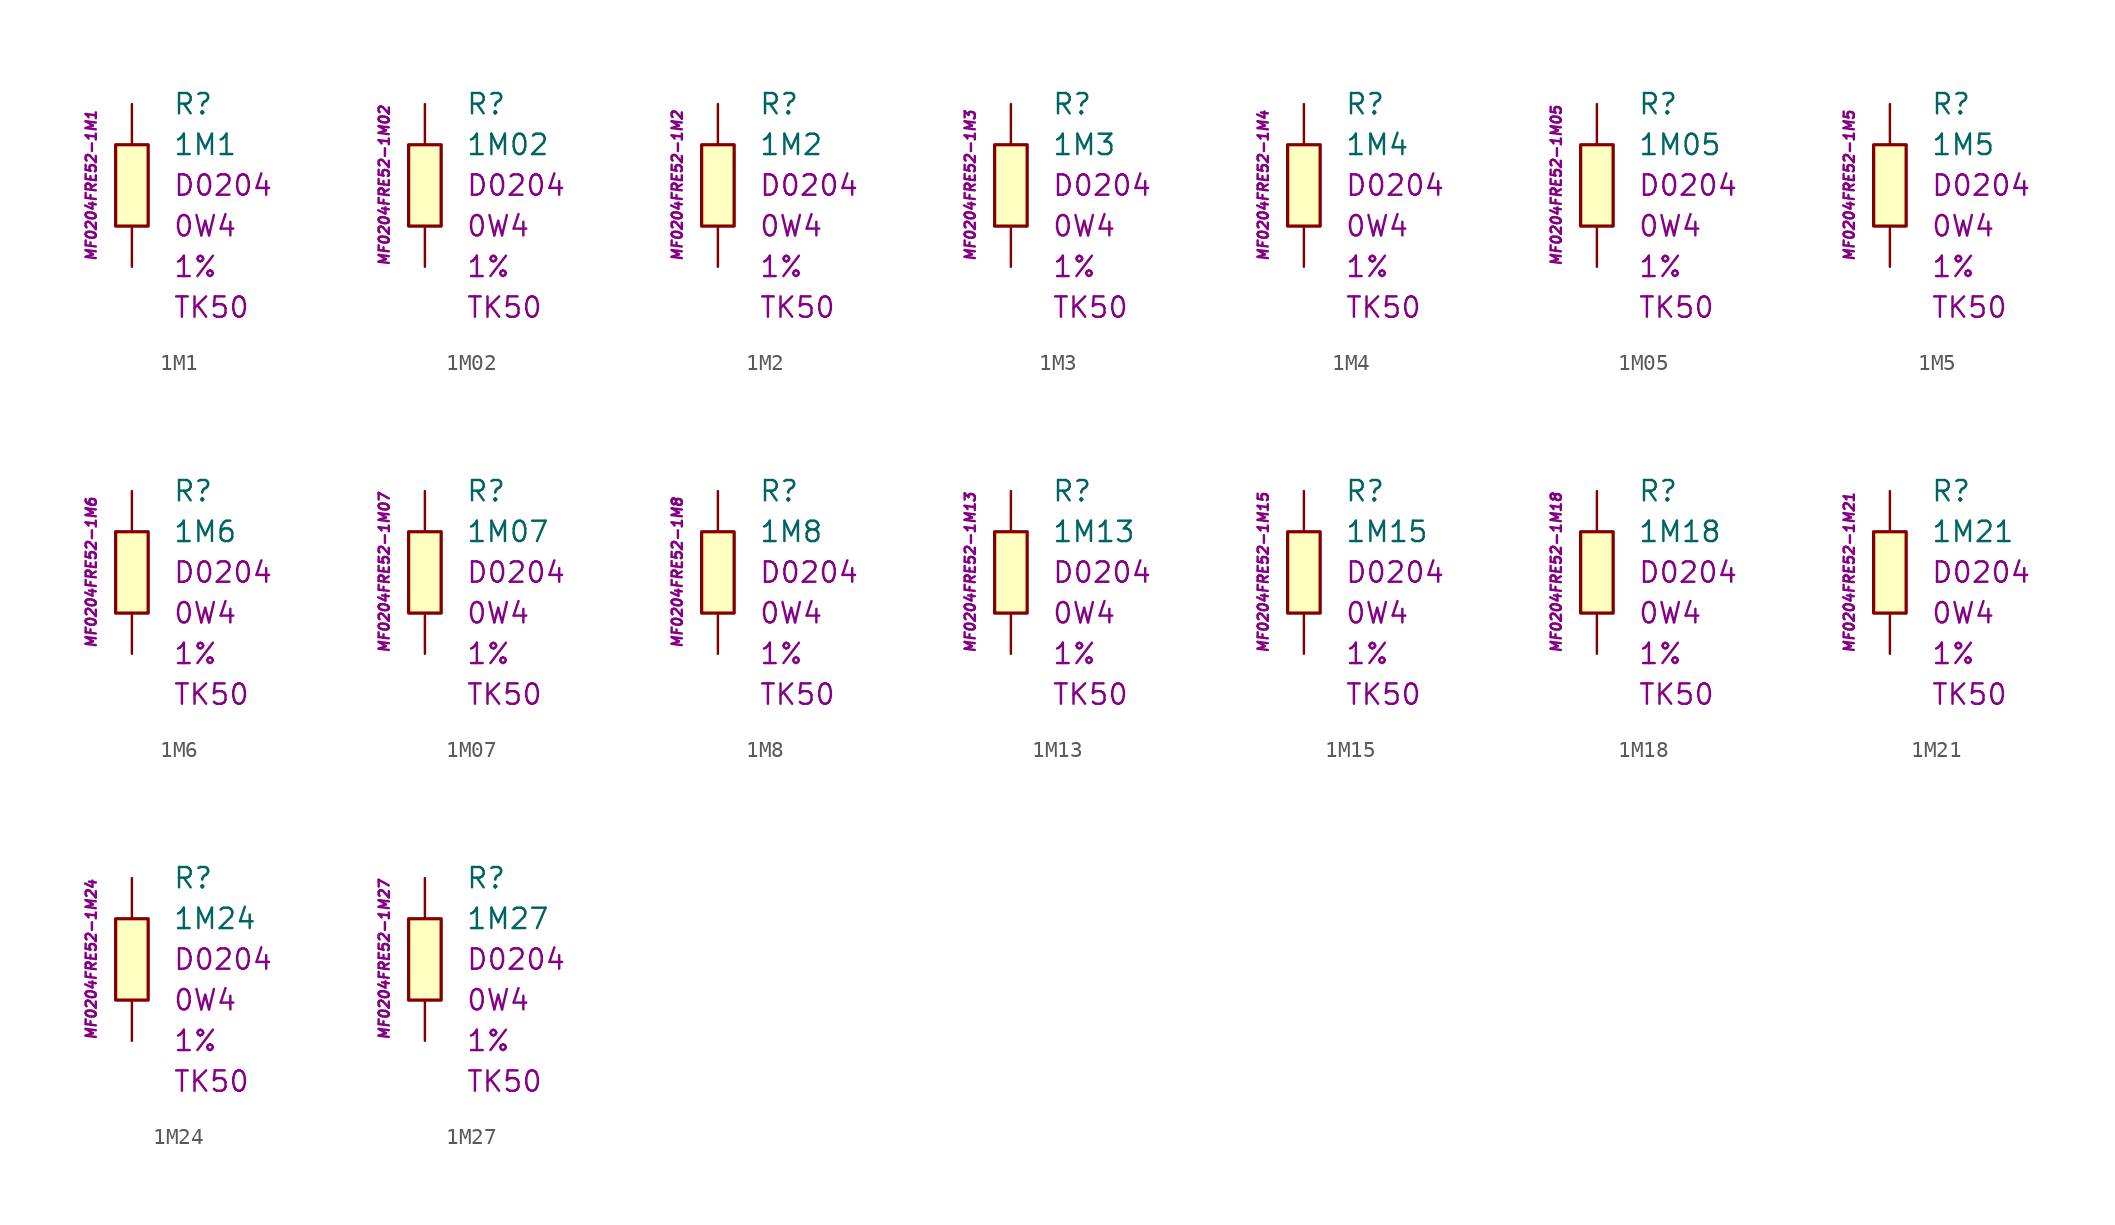
<source format=kicad_sym>
(kicad_symbol_lib
  (version 20201005)
  (generator kicad_symbol_editor)
  (symbol "1M1"
    (pin_numbers hide)
    (pin_names
      (offset 1.016) hide)
    (property "Reference" "R"
      (at 2.54 5.08 0)
      (effects (font (size 1.27 1.27)) (justify left)))
    (property "Value" "1M1"
      (at 2.54 2.54 0)
      (effects (font (size 1.27 1.27)) (justify left)))
    (property "Package" "D0204"
      (at 2.54 0 0)
      (effects (font (size 1.27 1.27)) (justify left)))
    (property "Power" "0W4"
      (at 2.54 -2.54 0)
      (effects (font (size 1.27 1.27)) (justify left)))
    (property "Tolerance" "1%"
      (at 2.54 -5.08 0)
      (effects (font (size 1.27 1.27)) (justify left)))
    (property "TK" "TK50"
      (at 2.54 -7.62 0)
      (effects (font (size 1.27 1.27)) (justify left)))
    (property "ID" "MF0204FRE52-1M1"
      (at -2.54 0 90)
      (effects (font (size 0.635 0.635) italic)))
    (symbol "1M1_0_1"
      (rectangle (start -1.016 2.54) (end 1.016 -2.54) (stroke (width 0.203)) (fill (type background))))
    (symbol "1M1_1_1"
      (pin passive line (at 0 5.08 270) (length 2.54) (name "~" (effects (font (size 1.778 1.778)))) (number "1" (effects (font (size 1.778 1.778)))))
      (pin passive line (at 0 -5.08 90) (length 2.54) (name "~" (effects (font (size 1.778 1.778)))) (number "2" (effects (font (size 1.778 1.778)))))))
  (symbol "1M02"
    (pin_numbers hide)
    (pin_names
      (offset 1.016) hide)
    (property "Reference" "R"
      (at 2.54 5.08 0)
      (effects (font (size 1.27 1.27)) (justify left)))
    (property "Value" "1M02"
      (at 2.54 2.54 0)
      (effects (font (size 1.27 1.27)) (justify left)))
    (property "Package" "D0204"
      (at 2.54 0 0)
      (effects (font (size 1.27 1.27)) (justify left)))
    (property "Power" "0W4"
      (at 2.54 -2.54 0)
      (effects (font (size 1.27 1.27)) (justify left)))
    (property "Tolerance" "1%"
      (at 2.54 -5.08 0)
      (effects (font (size 1.27 1.27)) (justify left)))
    (property "TK" "TK50"
      (at 2.54 -7.62 0)
      (effects (font (size 1.27 1.27)) (justify left)))
    (property "ID" "MF0204FRE52-1M02"
      (at -2.54 0 90)
      (effects (font (size 0.635 0.635) italic)))
    (symbol "1M02_0_1"
      (rectangle (start -1.016 2.54) (end 1.016 -2.54) (stroke (width 0.203)) (fill (type background))))
    (symbol "1M02_1_1"
      (pin passive line (at 0 5.08 270) (length 2.54) (name "~" (effects (font (size 1.778 1.778)))) (number "1" (effects (font (size 1.778 1.778)))))
      (pin passive line (at 0 -5.08 90) (length 2.54) (name "~" (effects (font (size 1.778 1.778)))) (number "2" (effects (font (size 1.778 1.778)))))))
  (symbol "1M2"
    (pin_numbers hide)
    (pin_names
      (offset 1.016) hide)
    (property "Reference" "R"
      (at 2.54 5.08 0)
      (effects (font (size 1.27 1.27)) (justify left)))
    (property "Value" "1M2"
      (at 2.54 2.54 0)
      (effects (font (size 1.27 1.27)) (justify left)))
    (property "Package" "D0204"
      (at 2.54 0 0)
      (effects (font (size 1.27 1.27)) (justify left)))
    (property "Power" "0W4"
      (at 2.54 -2.54 0)
      (effects (font (size 1.27 1.27)) (justify left)))
    (property "Tolerance" "1%"
      (at 2.54 -5.08 0)
      (effects (font (size 1.27 1.27)) (justify left)))
    (property "TK" "TK50"
      (at 2.54 -7.62 0)
      (effects (font (size 1.27 1.27)) (justify left)))
    (property "ID" "MF0204FRE52-1M2"
      (at -2.54 0 90)
      (effects (font (size 0.635 0.635) italic)))
    (symbol "1M2_0_1"
      (rectangle (start -1.016 2.54) (end 1.016 -2.54) (stroke (width 0.203)) (fill (type background))))
    (symbol "1M2_1_1"
      (pin passive line (at 0 5.08 270) (length 2.54) (name "~" (effects (font (size 1.778 1.778)))) (number "1" (effects (font (size 1.778 1.778)))))
      (pin passive line (at 0 -5.08 90) (length 2.54) (name "~" (effects (font (size 1.778 1.778)))) (number "2" (effects (font (size 1.778 1.778)))))))
  (symbol "1M3"
    (pin_numbers hide)
    (pin_names
      (offset 1.016) hide)
    (property "Reference" "R"
      (at 2.54 5.08 0)
      (effects (font (size 1.27 1.27)) (justify left)))
    (property "Value" "1M3"
      (at 2.54 2.54 0)
      (effects (font (size 1.27 1.27)) (justify left)))
    (property "Package" "D0204"
      (at 2.54 0 0)
      (effects (font (size 1.27 1.27)) (justify left)))
    (property "Power" "0W4"
      (at 2.54 -2.54 0)
      (effects (font (size 1.27 1.27)) (justify left)))
    (property "Tolerance" "1%"
      (at 2.54 -5.08 0)
      (effects (font (size 1.27 1.27)) (justify left)))
    (property "TK" "TK50"
      (at 2.54 -7.62 0)
      (effects (font (size 1.27 1.27)) (justify left)))
    (property "ID" "MF0204FRE52-1M3"
      (at -2.54 0 90)
      (effects (font (size 0.635 0.635) italic)))
    (symbol "1M3_0_1"
      (rectangle (start -1.016 2.54) (end 1.016 -2.54) (stroke (width 0.203)) (fill (type background))))
    (symbol "1M3_1_1"
      (pin passive line (at 0 5.08 270) (length 2.54) (name "~" (effects (font (size 1.778 1.778)))) (number "1" (effects (font (size 1.778 1.778)))))
      (pin passive line (at 0 -5.08 90) (length 2.54) (name "~" (effects (font (size 1.778 1.778)))) (number "2" (effects (font (size 1.778 1.778)))))))
  (symbol "1M4"
    (pin_numbers hide)
    (pin_names
      (offset 1.016) hide)
    (property "Reference" "R"
      (at 2.54 5.08 0)
      (effects (font (size 1.27 1.27)) (justify left)))
    (property "Value" "1M4"
      (at 2.54 2.54 0)
      (effects (font (size 1.27 1.27)) (justify left)))
    (property "Package" "D0204"
      (at 2.54 0 0)
      (effects (font (size 1.27 1.27)) (justify left)))
    (property "Power" "0W4"
      (at 2.54 -2.54 0)
      (effects (font (size 1.27 1.27)) (justify left)))
    (property "Tolerance" "1%"
      (at 2.54 -5.08 0)
      (effects (font (size 1.27 1.27)) (justify left)))
    (property "TK" "TK50"
      (at 2.54 -7.62 0)
      (effects (font (size 1.27 1.27)) (justify left)))
    (property "ID" "MF0204FRE52-1M4"
      (at -2.54 0 90)
      (effects (font (size 0.635 0.635) italic)))
    (symbol "1M4_0_1"
      (rectangle (start -1.016 2.54) (end 1.016 -2.54) (stroke (width 0.203)) (fill (type background))))
    (symbol "1M4_1_1"
      (pin passive line (at 0 5.08 270) (length 2.54) (name "~" (effects (font (size 1.778 1.778)))) (number "1" (effects (font (size 1.778 1.778)))))
      (pin passive line (at 0 -5.08 90) (length 2.54) (name "~" (effects (font (size 1.778 1.778)))) (number "2" (effects (font (size 1.778 1.778)))))))
  (symbol "1M05"
    (pin_numbers hide)
    (pin_names
      (offset 1.016) hide)
    (property "Reference" "R"
      (at 2.54 5.08 0)
      (effects (font (size 1.27 1.27)) (justify left)))
    (property "Value" "1M05"
      (at 2.54 2.54 0)
      (effects (font (size 1.27 1.27)) (justify left)))
    (property "Package" "D0204"
      (at 2.54 0 0)
      (effects (font (size 1.27 1.27)) (justify left)))
    (property "Power" "0W4"
      (at 2.54 -2.54 0)
      (effects (font (size 1.27 1.27)) (justify left)))
    (property "Tolerance" "1%"
      (at 2.54 -5.08 0)
      (effects (font (size 1.27 1.27)) (justify left)))
    (property "TK" "TK50"
      (at 2.54 -7.62 0)
      (effects (font (size 1.27 1.27)) (justify left)))
    (property "ID" "MF0204FRE52-1M05"
      (at -2.54 0 90)
      (effects (font (size 0.635 0.635) italic)))
    (symbol "1M05_0_1"
      (rectangle (start -1.016 2.54) (end 1.016 -2.54) (stroke (width 0.203)) (fill (type background))))
    (symbol "1M05_1_1"
      (pin passive line (at 0 5.08 270) (length 2.54) (name "~" (effects (font (size 1.778 1.778)))) (number "1" (effects (font (size 1.778 1.778)))))
      (pin passive line (at 0 -5.08 90) (length 2.54) (name "~" (effects (font (size 1.778 1.778)))) (number "2" (effects (font (size 1.778 1.778)))))))
  (symbol "1M5"
    (pin_numbers hide)
    (pin_names
      (offset 1.016) hide)
    (property "Reference" "R"
      (at 2.54 5.08 0)
      (effects (font (size 1.27 1.27)) (justify left)))
    (property "Value" "1M5"
      (at 2.54 2.54 0)
      (effects (font (size 1.27 1.27)) (justify left)))
    (property "Package" "D0204"
      (at 2.54 0 0)
      (effects (font (size 1.27 1.27)) (justify left)))
    (property "Power" "0W4"
      (at 2.54 -2.54 0)
      (effects (font (size 1.27 1.27)) (justify left)))
    (property "Tolerance" "1%"
      (at 2.54 -5.08 0)
      (effects (font (size 1.27 1.27)) (justify left)))
    (property "TK" "TK50"
      (at 2.54 -7.62 0)
      (effects (font (size 1.27 1.27)) (justify left)))
    (property "ID" "MF0204FRE52-1M5"
      (at -2.54 0 90)
      (effects (font (size 0.635 0.635) italic)))
    (symbol "1M5_0_1"
      (rectangle (start -1.016 2.54) (end 1.016 -2.54) (stroke (width 0.203)) (fill (type background))))
    (symbol "1M5_1_1"
      (pin passive line (at 0 5.08 270) (length 2.54) (name "~" (effects (font (size 1.778 1.778)))) (number "1" (effects (font (size 1.778 1.778)))))
      (pin passive line (at 0 -5.08 90) (length 2.54) (name "~" (effects (font (size 1.778 1.778)))) (number "2" (effects (font (size 1.778 1.778)))))))
  (symbol "1M6"
    (pin_numbers hide)
    (pin_names
      (offset 1.016) hide)
    (property "Reference" "R"
      (at 2.54 5.08 0)
      (effects (font (size 1.27 1.27)) (justify left)))
    (property "Value" "1M6"
      (at 2.54 2.54 0)
      (effects (font (size 1.27 1.27)) (justify left)))
    (property "Package" "D0204"
      (at 2.54 0 0)
      (effects (font (size 1.27 1.27)) (justify left)))
    (property "Power" "0W4"
      (at 2.54 -2.54 0)
      (effects (font (size 1.27 1.27)) (justify left)))
    (property "Tolerance" "1%"
      (at 2.54 -5.08 0)
      (effects (font (size 1.27 1.27)) (justify left)))
    (property "TK" "TK50"
      (at 2.54 -7.62 0)
      (effects (font (size 1.27 1.27)) (justify left)))
    (property "ID" "MF0204FRE52-1M6"
      (at -2.54 0 90)
      (effects (font (size 0.635 0.635) italic)))
    (symbol "1M6_0_1"
      (rectangle (start -1.016 2.54) (end 1.016 -2.54) (stroke (width 0.203)) (fill (type background))))
    (symbol "1M6_1_1"
      (pin passive line (at 0 5.08 270) (length 2.54) (name "~" (effects (font (size 1.778 1.778)))) (number "1" (effects (font (size 1.778 1.778)))))
      (pin passive line (at 0 -5.08 90) (length 2.54) (name "~" (effects (font (size 1.778 1.778)))) (number "2" (effects (font (size 1.778 1.778)))))))
  (symbol "1M07"
    (pin_numbers hide)
    (pin_names
      (offset 1.016) hide)
    (property "Reference" "R"
      (at 2.54 5.08 0)
      (effects (font (size 1.27 1.27)) (justify left)))
    (property "Value" "1M07"
      (at 2.54 2.54 0)
      (effects (font (size 1.27 1.27)) (justify left)))
    (property "Package" "D0204"
      (at 2.54 0 0)
      (effects (font (size 1.27 1.27)) (justify left)))
    (property "Power" "0W4"
      (at 2.54 -2.54 0)
      (effects (font (size 1.27 1.27)) (justify left)))
    (property "Tolerance" "1%"
      (at 2.54 -5.08 0)
      (effects (font (size 1.27 1.27)) (justify left)))
    (property "TK" "TK50"
      (at 2.54 -7.62 0)
      (effects (font (size 1.27 1.27)) (justify left)))
    (property "ID" "MF0204FRE52-1M07"
      (at -2.54 0 90)
      (effects (font (size 0.635 0.635) italic)))
    (symbol "1M07_0_1"
      (rectangle (start -1.016 2.54) (end 1.016 -2.54) (stroke (width 0.203)) (fill (type background))))
    (symbol "1M07_1_1"
      (pin passive line (at 0 5.08 270) (length 2.54) (name "~" (effects (font (size 1.778 1.778)))) (number "1" (effects (font (size 1.778 1.778)))))
      (pin passive line (at 0 -5.08 90) (length 2.54) (name "~" (effects (font (size 1.778 1.778)))) (number "2" (effects (font (size 1.778 1.778)))))))
  (symbol "1M8"
    (pin_numbers hide)
    (pin_names
      (offset 1.016) hide)
    (property "Reference" "R"
      (at 2.54 5.08 0)
      (effects (font (size 1.27 1.27)) (justify left)))
    (property "Value" "1M8"
      (at 2.54 2.54 0)
      (effects (font (size 1.27 1.27)) (justify left)))
    (property "Package" "D0204"
      (at 2.54 0 0)
      (effects (font (size 1.27 1.27)) (justify left)))
    (property "Power" "0W4"
      (at 2.54 -2.54 0)
      (effects (font (size 1.27 1.27)) (justify left)))
    (property "Tolerance" "1%"
      (at 2.54 -5.08 0)
      (effects (font (size 1.27 1.27)) (justify left)))
    (property "TK" "TK50"
      (at 2.54 -7.62 0)
      (effects (font (size 1.27 1.27)) (justify left)))
    (property "ID" "MF0204FRE52-1M8"
      (at -2.54 0 90)
      (effects (font (size 0.635 0.635) italic)))
    (symbol "1M8_0_1"
      (rectangle (start -1.016 2.54) (end 1.016 -2.54) (stroke (width 0.203)) (fill (type background))))
    (symbol "1M8_1_1"
      (pin passive line (at 0 5.08 270) (length 2.54) (name "~" (effects (font (size 1.778 1.778)))) (number "1" (effects (font (size 1.778 1.778)))))
      (pin passive line (at 0 -5.08 90) (length 2.54) (name "~" (effects (font (size 1.778 1.778)))) (number "2" (effects (font (size 1.778 1.778)))))))
  (symbol "1M13"
    (pin_numbers hide)
    (pin_names
      (offset 1.016) hide)
    (property "Reference" "R"
      (at 2.54 5.08 0)
      (effects (font (size 1.27 1.27)) (justify left)))
    (property "Value" "1M13"
      (at 2.54 2.54 0)
      (effects (font (size 1.27 1.27)) (justify left)))
    (property "Package" "D0204"
      (at 2.54 0 0)
      (effects (font (size 1.27 1.27)) (justify left)))
    (property "Power" "0W4"
      (at 2.54 -2.54 0)
      (effects (font (size 1.27 1.27)) (justify left)))
    (property "Tolerance" "1%"
      (at 2.54 -5.08 0)
      (effects (font (size 1.27 1.27)) (justify left)))
    (property "TK" "TK50"
      (at 2.54 -7.62 0)
      (effects (font (size 1.27 1.27)) (justify left)))
    (property "ID" "MF0204FRE52-1M13"
      (at -2.54 0 90)
      (effects (font (size 0.635 0.635) italic)))
    (symbol "1M13_0_1"
      (rectangle (start -1.016 2.54) (end 1.016 -2.54) (stroke (width 0.203)) (fill (type background))))
    (symbol "1M13_1_1"
      (pin passive line (at 0 5.08 270) (length 2.54) (name "~" (effects (font (size 1.778 1.778)))) (number "1" (effects (font (size 1.778 1.778)))))
      (pin passive line (at 0 -5.08 90) (length 2.54) (name "~" (effects (font (size 1.778 1.778)))) (number "2" (effects (font (size 1.778 1.778)))))))
  (symbol "1M15"
    (pin_numbers hide)
    (pin_names
      (offset 1.016) hide)
    (property "Reference" "R"
      (at 2.54 5.08 0)
      (effects (font (size 1.27 1.27)) (justify left)))
    (property "Value" "1M15"
      (at 2.54 2.54 0)
      (effects (font (size 1.27 1.27)) (justify left)))
    (property "Package" "D0204"
      (at 2.54 0 0)
      (effects (font (size 1.27 1.27)) (justify left)))
    (property "Power" "0W4"
      (at 2.54 -2.54 0)
      (effects (font (size 1.27 1.27)) (justify left)))
    (property "Tolerance" "1%"
      (at 2.54 -5.08 0)
      (effects (font (size 1.27 1.27)) (justify left)))
    (property "TK" "TK50"
      (at 2.54 -7.62 0)
      (effects (font (size 1.27 1.27)) (justify left)))
    (property "ID" "MF0204FRE52-1M15"
      (at -2.54 0 90)
      (effects (font (size 0.635 0.635) italic)))
    (symbol "1M15_0_1"
      (rectangle (start -1.016 2.54) (end 1.016 -2.54) (stroke (width 0.203)) (fill (type background))))
    (symbol "1M15_1_1"
      (pin passive line (at 0 5.08 270) (length 2.54) (name "~" (effects (font (size 1.778 1.778)))) (number "1" (effects (font (size 1.778 1.778)))))
      (pin passive line (at 0 -5.08 90) (length 2.54) (name "~" (effects (font (size 1.778 1.778)))) (number "2" (effects (font (size 1.778 1.778)))))))
  (symbol "1M18"
    (pin_numbers hide)
    (pin_names
      (offset 1.016) hide)
    (property "Reference" "R"
      (at 2.54 5.08 0)
      (effects (font (size 1.27 1.27)) (justify left)))
    (property "Value" "1M18"
      (at 2.54 2.54 0)
      (effects (font (size 1.27 1.27)) (justify left)))
    (property "Package" "D0204"
      (at 2.54 0 0)
      (effects (font (size 1.27 1.27)) (justify left)))
    (property "Power" "0W4"
      (at 2.54 -2.54 0)
      (effects (font (size 1.27 1.27)) (justify left)))
    (property "Tolerance" "1%"
      (at 2.54 -5.08 0)
      (effects (font (size 1.27 1.27)) (justify left)))
    (property "TK" "TK50"
      (at 2.54 -7.62 0)
      (effects (font (size 1.27 1.27)) (justify left)))
    (property "ID" "MF0204FRE52-1M18"
      (at -2.54 0 90)
      (effects (font (size 0.635 0.635) italic)))
    (symbol "1M18_0_1"
      (rectangle (start -1.016 2.54) (end 1.016 -2.54) (stroke (width 0.203)) (fill (type background))))
    (symbol "1M18_1_1"
      (pin passive line (at 0 5.08 270) (length 2.54) (name "~" (effects (font (size 1.778 1.778)))) (number "1" (effects (font (size 1.778 1.778)))))
      (pin passive line (at 0 -5.08 90) (length 2.54) (name "~" (effects (font (size 1.778 1.778)))) (number "2" (effects (font (size 1.778 1.778)))))))
  (symbol "1M21"
    (pin_numbers hide)
    (pin_names
      (offset 1.016) hide)
    (property "Reference" "R"
      (at 2.54 5.08 0)
      (effects (font (size 1.27 1.27)) (justify left)))
    (property "Value" "1M21"
      (at 2.54 2.54 0)
      (effects (font (size 1.27 1.27)) (justify left)))
    (property "Package" "D0204"
      (at 2.54 0 0)
      (effects (font (size 1.27 1.27)) (justify left)))
    (property "Power" "0W4"
      (at 2.54 -2.54 0)
      (effects (font (size 1.27 1.27)) (justify left)))
    (property "Tolerance" "1%"
      (at 2.54 -5.08 0)
      (effects (font (size 1.27 1.27)) (justify left)))
    (property "TK" "TK50"
      (at 2.54 -7.62 0)
      (effects (font (size 1.27 1.27)) (justify left)))
    (property "ID" "MF0204FRE52-1M21"
      (at -2.54 0 90)
      (effects (font (size 0.635 0.635) italic)))
    (symbol "1M21_0_1"
      (rectangle (start -1.016 2.54) (end 1.016 -2.54) (stroke (width 0.203)) (fill (type background))))
    (symbol "1M21_1_1"
      (pin passive line (at 0 5.08 270) (length 2.54) (name "~" (effects (font (size 1.778 1.778)))) (number "1" (effects (font (size 1.778 1.778)))))
      (pin passive line (at 0 -5.08 90) (length 2.54) (name "~" (effects (font (size 1.778 1.778)))) (number "2" (effects (font (size 1.778 1.778)))))))
  (symbol "1M24"
    (pin_numbers hide)
    (pin_names
      (offset 1.016) hide)
    (property "Reference" "R"
      (at 2.54 5.08 0)
      (effects (font (size 1.27 1.27)) (justify left)))
    (property "Value" "1M24"
      (at 2.54 2.54 0)
      (effects (font (size 1.27 1.27)) (justify left)))
    (property "Package" "D0204"
      (at 2.54 0 0)
      (effects (font (size 1.27 1.27)) (justify left)))
    (property "Power" "0W4"
      (at 2.54 -2.54 0)
      (effects (font (size 1.27 1.27)) (justify left)))
    (property "Tolerance" "1%"
      (at 2.54 -5.08 0)
      (effects (font (size 1.27 1.27)) (justify left)))
    (property "TK" "TK50"
      (at 2.54 -7.62 0)
      (effects (font (size 1.27 1.27)) (justify left)))
    (property "ID" "MF0204FRE52-1M24"
      (at -2.54 0 90)
      (effects (font (size 0.635 0.635) italic)))
    (symbol "1M24_0_1"
      (rectangle (start -1.016 2.54) (end 1.016 -2.54) (stroke (width 0.203)) (fill (type background))))
    (symbol "1M24_1_1"
      (pin passive line (at 0 5.08 270) (length 2.54) (name "~" (effects (font (size 1.778 1.778)))) (number "1" (effects (font (size 1.778 1.778)))))
      (pin passive line (at 0 -5.08 90) (length 2.54) (name "~" (effects (font (size 1.778 1.778)))) (number "2" (effects (font (size 1.778 1.778)))))))
  (symbol "1M27"
    (pin_numbers hide)
    (pin_names
      (offset 1.016) hide)
    (property "Reference" "R"
      (at 2.54 5.08 0)
      (effects (font (size 1.27 1.27)) (justify left)))
    (property "Value" "1M27"
      (at 2.54 2.54 0)
      (effects (font (size 1.27 1.27)) (justify left)))
    (property "Package" "D0204"
      (at 2.54 0 0)
      (effects (font (size 1.27 1.27)) (justify left)))
    (property "Power" "0W4"
      (at 2.54 -2.54 0)
      (effects (font (size 1.27 1.27)) (justify left)))
    (property "Tolerance" "1%"
      (at 2.54 -5.08 0)
      (effects (font (size 1.27 1.27)) (justify left)))
    (property "TK" "TK50"
      (at 2.54 -7.62 0)
      (effects (font (size 1.27 1.27)) (justify left)))
    (property "ID" "MF0204FRE52-1M27"
      (at -2.54 0 90)
      (effects (font (size 0.635 0.635) italic)))
    (symbol "1M27_0_1"
      (rectangle (start -1.016 2.54) (end 1.016 -2.54) (stroke (width 0.203)) (fill (type background))))
    (symbol "1M27_1_1"
      (pin passive line (at 0 5.08 270) (length 2.54) (name "~" (effects (font (size 1.778 1.778)))) (number "1" (effects (font (size 1.778 1.778)))))
      (pin passive line (at 0 -5.08 90) (length 2.54) (name "~" (effects (font (size 1.778 1.778)))) (number "2" (effects (font (size 1.778 1.778))))))))
</source>
